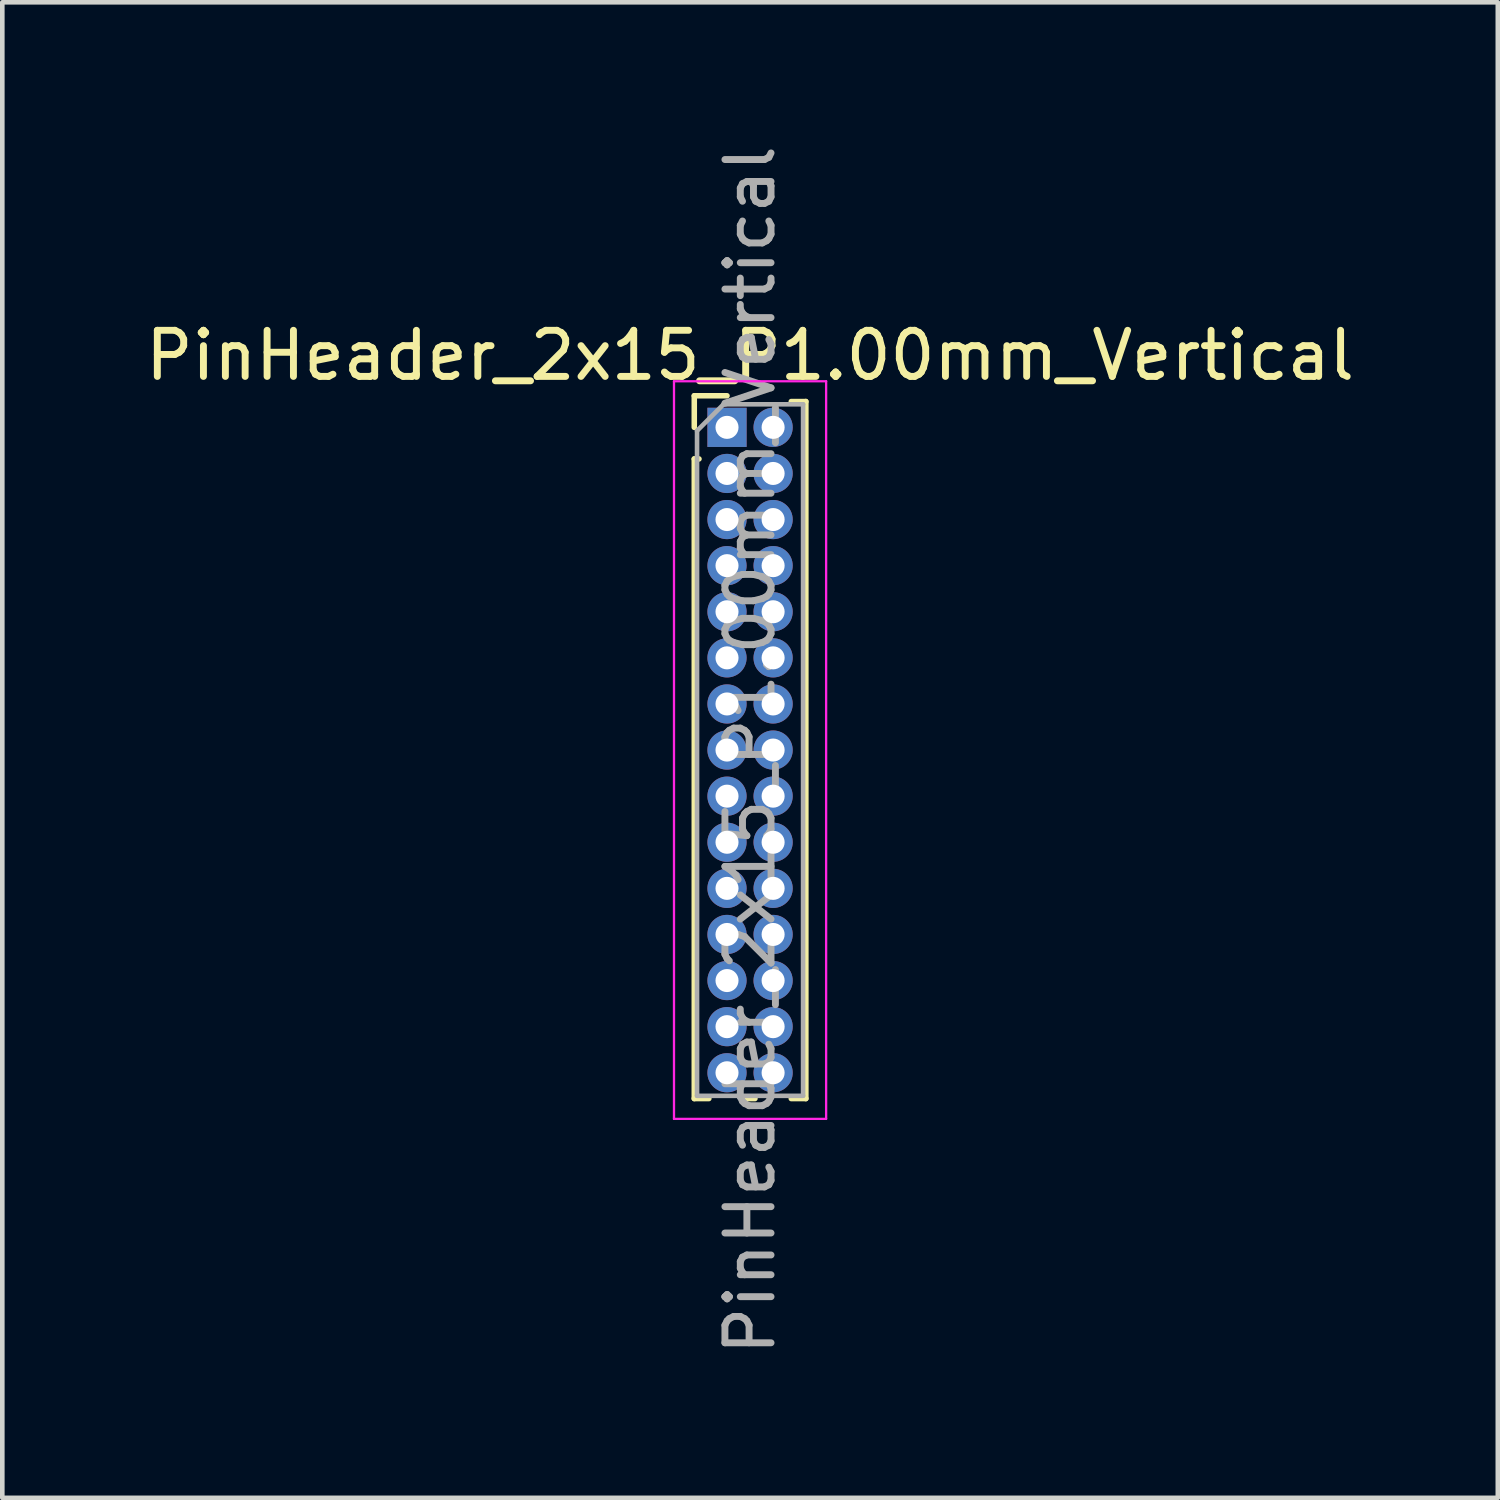
<source format=kicad_pcb>
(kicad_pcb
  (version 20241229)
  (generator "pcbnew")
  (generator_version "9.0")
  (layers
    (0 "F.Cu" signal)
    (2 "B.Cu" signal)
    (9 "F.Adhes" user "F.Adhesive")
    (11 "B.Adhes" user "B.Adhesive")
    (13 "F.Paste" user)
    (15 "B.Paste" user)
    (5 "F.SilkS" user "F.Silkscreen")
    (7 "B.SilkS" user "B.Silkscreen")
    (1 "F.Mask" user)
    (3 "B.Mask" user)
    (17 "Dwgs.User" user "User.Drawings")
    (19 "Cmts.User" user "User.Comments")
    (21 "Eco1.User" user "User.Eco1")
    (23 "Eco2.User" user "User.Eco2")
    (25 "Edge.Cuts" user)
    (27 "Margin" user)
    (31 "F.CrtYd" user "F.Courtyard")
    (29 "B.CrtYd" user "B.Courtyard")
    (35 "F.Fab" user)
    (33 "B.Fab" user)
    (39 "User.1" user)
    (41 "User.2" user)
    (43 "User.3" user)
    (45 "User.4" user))
  (footprint "PinHeader_2x15_P1.00mm_Vertical"
    (layer "F.Cu")
    (at 12.72 6.22)
    (property "Reference" "PinHeader_2x15_P1.00mm_Vertical" (at 0.5 -1.56 0) (layer "F.SilkS") (effects (font (size 1 1) (thickness 0.15))))
    (attr through_hole)
    (fp_line (start -0.71 -0.685) (end 0 -0.685) (stroke (width 0.12) (type solid)) (layer "F.SilkS"))
    (fp_line (start -0.71 0) (end -0.71 -0.685) (stroke (width 0.12) (type solid)) (layer "F.SilkS"))
    (fp_line (start -0.71 0.685) (end -0.71 14.56) (stroke (width 0.12) (type solid)) (layer "F.SilkS"))
    (fp_line (start -0.71 0.685) (end -0.608 0.685) (stroke (width 0.12) (type solid)) (layer "F.SilkS"))
    (fp_line (start -0.71 14.56) (end -0.394 14.56) (stroke (width 0.12) (type solid)) (layer "F.SilkS"))
    (fp_line (start 0.394 14.56) (end 0.606 14.56) (stroke (width 0.12) (type solid)) (layer "F.SilkS"))
    (fp_line (start 1.394 -0.56) (end 1.71 -0.56) (stroke (width 0.12) (type solid)) (layer "F.SilkS"))
    (fp_line (start 1.394 14.56) (end 1.71 14.56) (stroke (width 0.12) (type solid)) (layer "F.SilkS"))
    (fp_line (start 1.71 -0.56) (end 1.71 14.56) (stroke (width 0.12) (type solid)) (layer "F.SilkS"))
    (fp_line (start -1.15 -1) (end -1.15 15) (stroke (width 0.05) (type solid)) (layer "F.CrtYd"))
    (fp_line (start -1.15 15) (end 2.15 15) (stroke (width 0.05) (type solid)) (layer "F.CrtYd"))
    (fp_line (start 2.15 -1) (end -1.15 -1) (stroke (width 0.05) (type solid)) (layer "F.CrtYd"))
    (fp_line (start 2.15 15) (end 2.15 -1) (stroke (width 0.05) (type solid)) (layer "F.CrtYd"))
    (fp_line (start -0.65 0.075) (end -0.075 -0.5) (stroke (width 0.1) (type solid)) (layer "F.Fab"))
    (fp_line (start -0.65 14.5) (end -0.65 0.075) (stroke (width 0.1) (type solid)) (layer "F.Fab"))
    (fp_line (start -0.075 -0.5) (end 1.65 -0.5) (stroke (width 0.1) (type solid)) (layer "F.Fab"))
    (fp_line (start 1.65 -0.5) (end 1.65 14.5) (stroke (width 0.1) (type solid)) (layer "F.Fab"))
    (fp_line (start 1.65 14.5) (end -0.65 14.5) (stroke (width 0.1) (type solid)) (layer "F.Fab"))
    (fp_text user "${REFERENCE}" (at 0.5 7 90) (layer "F.Fab") (effects (font (size 1 1) (thickness 0.15))))
    (pad "1" thru_hole rect (at 0 0) (size 0.85 0.85) (drill 0.5) (layers "*.Cu" "*.Mask"))
    (pad "2" thru_hole oval (at 0 1) (size 0.85 0.85) (drill 0.5) (layers "*.Cu" "*.Mask"))
    (pad "3" thru_hole oval (at 0 2) (size 0.85 0.85) (drill 0.5) (layers "*.Cu" "*.Mask"))
    (pad "5" thru_hole oval (at 1 9) (size 0.85 0.85) (drill 0.5) (layers "*.Cu" "*.Mask"))
    (pad "7" thru_hole oval (at 0 6) (size 0.85 0.85) (drill 0.5) (layers "*.Cu" "*.Mask"))
    (pad "8" thru_hole oval (at 0 7) (size 0.85 0.85) (drill 0.5) (layers "*.Cu" "*.Mask"))
    (pad "9" thru_hole oval (at 0 8) (size 0.85 0.85) (drill 0.5) (layers "*.Cu" "*.Mask"))
    (pad "10" thru_hole oval (at 0 9) (size 0.85 0.85) (drill 0.5) (layers "*.Cu" "*.Mask"))
    (pad "11" thru_hole oval (at 1 11) (size 0.85 0.85) (drill 0.5) (layers "*.Cu" "*.Mask"))
    (pad "12" thru_hole oval (at 0 11) (size 0.85 0.85) (drill 0.5) (layers "*.Cu" "*.Mask"))
    (pad "13" thru_hole oval (at 0 12) (size 0.85 0.85) (drill 0.5) (layers "*.Cu" "*.Mask"))
    (pad "14" thru_hole oval (at 0 13) (size 0.85 0.85) (drill 0.5) (layers "*.Cu" "*.Mask"))
    (pad "15" thru_hole oval (at 0 14) (size 0.85 0.85) (drill 0.5) (layers "*.Cu" "*.Mask"))
    (pad "18" thru_hole oval (at 0 5) (size 0.85 0.85) (drill 0.5) (layers "*.Cu" "*.Mask"))
    (pad "19" thru_hole oval (at 1 10) (size 0.85 0.85) (drill 0.5) (layers "*.Cu" "*.Mask"))
    (pad "21" thru_hole oval (at 1 5) (size 0.85 0.85) (drill 0.5) (layers "*.Cu" "*.Mask"))
    (pad "22" thru_hole oval (at 1 6) (size 0.85 0.85) (drill 0.5) (layers "*.Cu" "*.Mask"))
    (pad "23" thru_hole oval (at 0 3) (size 0.85 0.85) (drill 0.5) (layers "*.Cu" "*.Mask"))
    (pad "23" thru_hole oval (at 1 7) (size 0.85 0.85) (drill 0.5) (layers "*.Cu" "*.Mask"))
    (pad "24" thru_hole oval (at 1 8) (size 0.85 0.85) (drill 0.5) (layers "*.Cu" "*.Mask"))
    (pad "25" thru_hole oval (at 1 3) (size 0.85 0.85) (drill 0.5) (layers "*.Cu" "*.Mask"))
    (pad "26" thru_hole oval (at 1 4) (size 0.85 0.85) (drill 0.5) (layers "*.Cu" "*.Mask"))
    (pad "27" thru_hole oval (at 0 10) (size 0.85 0.85) (drill 0.5) (layers "*.Cu" "*.Mask"))
    (pad "28" thru_hole oval (at 1 12) (size 0.85 0.85) (drill 0.5) (layers "*.Cu" "*.Mask"))
    (pad "29" thru_hole oval (at 1 13) (size 0.85 0.85) (drill 0.5) (layers "*.Cu" "*.Mask"))
    (pad "30" thru_hole oval (at 1 14) (size 0.85 0.85) (drill 0.5) (layers "*.Cu" "*.Mask"))
    (pad "35" thru_hole oval (at 1 0) (size 0.85 0.85) (drill 0.5) (layers "*.Cu" "*.Mask"))
    (pad "36" thru_hole oval (at 1 1) (size 0.85 0.85) (drill 0.5) (layers "*.Cu" "*.Mask"))
    (pad "37" thru_hole oval (at 1 2) (size 0.85 0.85) (drill 0.5) (layers "*.Cu" "*.Mask"))
    (pad "38" thru_hole oval (at 0 4) (size 0.85 0.85) (drill 0.5) (layers "*.Cu" "*.Mask")))
  (gr_rect
    (start -3 -3)
    (end 29.44 29.44)
    (stroke (width 0.1) (type default))
    (fill no)
    (layer "Edge.Cuts")))
</source>
